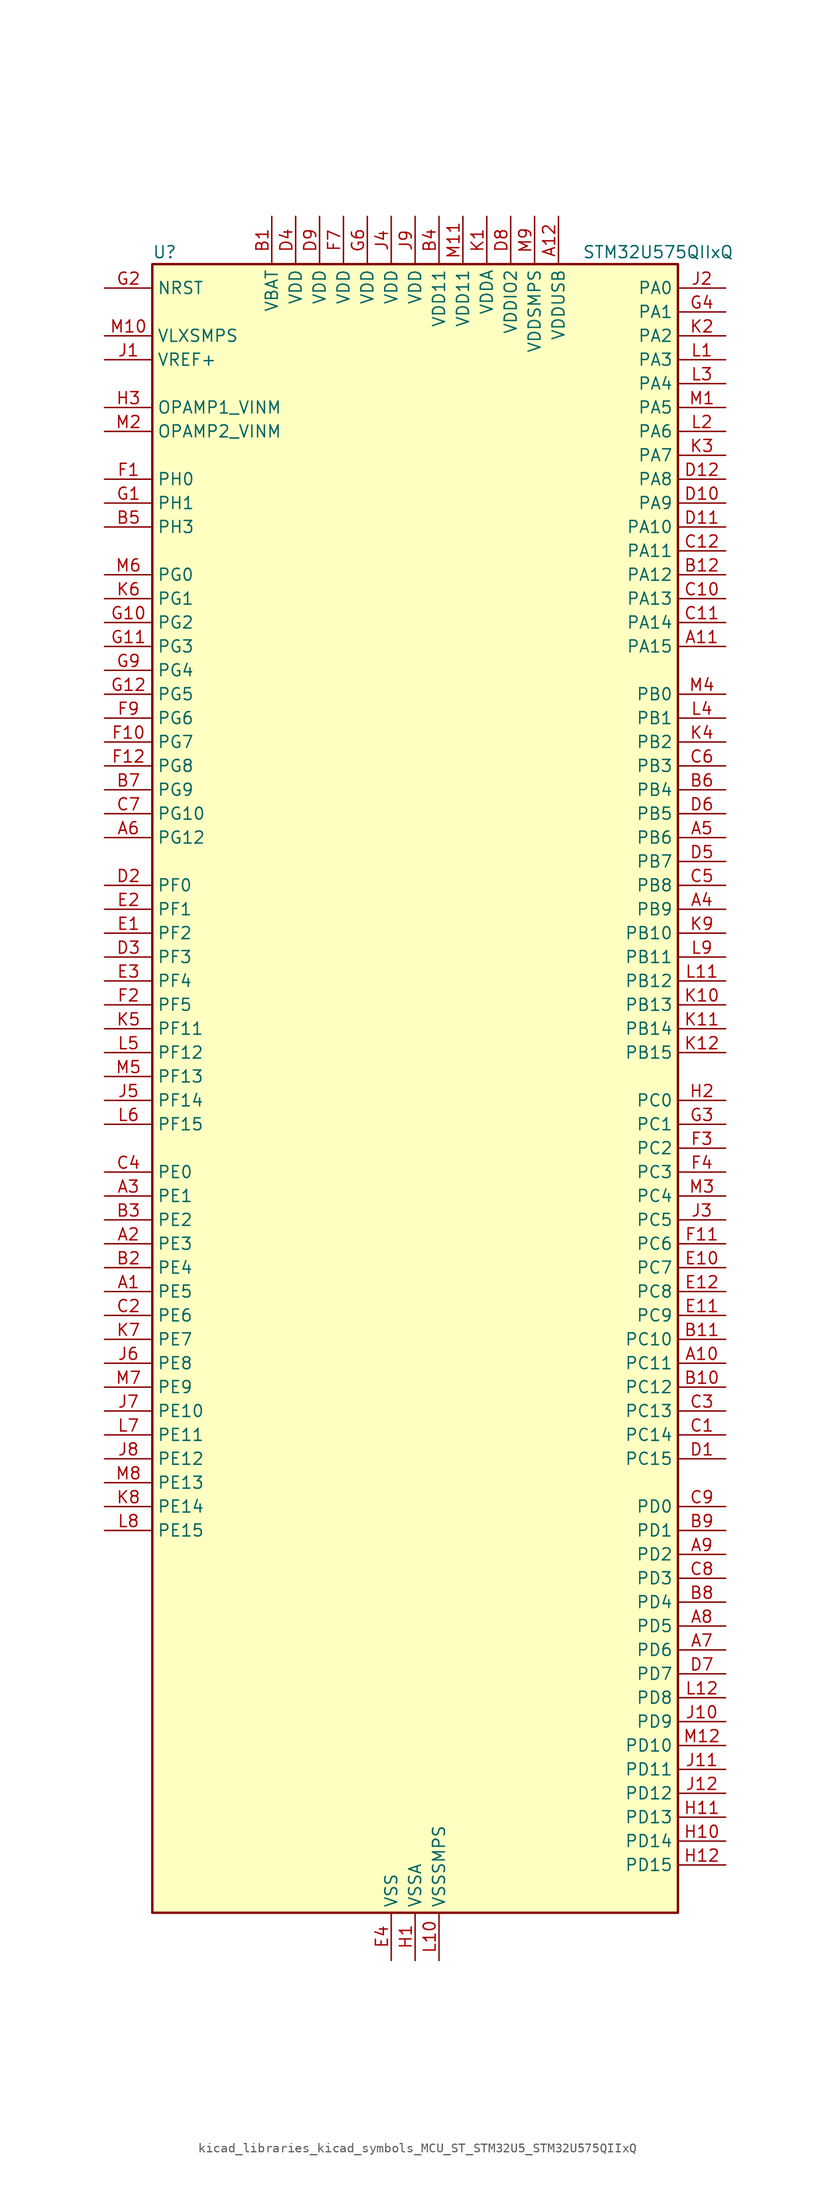
<source format=kicad_sym>
(kicad_symbol_lib
  (version 20220914)
  (generator kicad_symbol_editor)
  (symbol "kicad_libraries_kicad_symbols_MCU_ST_STM32U5_STM32U575QIIxQ"
    (property "Reference" "U"
      (at -27.94 90.17 0)
      (effects (font (size 1.27 1.27)) (justify left)))
    (property "Value" "STM32U575QIIxQ"
      (at 17.78 90.17 0)
      (effects (font (size 1.27 1.27)) (justify left)))
    (property "ki_locked" ""
      (at 0 0 0)
      (effects (font (size 1.27 1.27))))
    (symbol "kicad_libraries_kicad_symbols_MCU_ST_STM32U5_STM32U575QIIxQ_0_1"
      (rectangle (start -27.94 -86.36) (end 27.94 88.9) (stroke (width 0.254) (type default)) (fill (type background))))
    (symbol "kicad_libraries_kicad_symbols_MCU_ST_STM32U5_STM32U575QIIxQ_1_1"
      (pin bidirectional line (at -33.02 -20.32 0) (length 5.08) (name "PE5" (effects (font (size 1.27 1.27)))) (number "A1" (effects (font (size 1.27 1.27)))) (alternate "DCMI_D6" bidirectional line) (alternate "DEBUG_TRACED2" bidirectional line) (alternate "FMC_A21" bidirectional line) (alternate "MDF1_CKI3" bidirectional line) (alternate "PSSI_D6" bidirectional line) (alternate "PWR_WKUP2" bidirectional line) (alternate "SAI1_CK2" bidirectional line) (alternate "SAI1_SCK_A" bidirectional line) (alternate "TAMP_IN8" bidirectional line) (alternate "TAMP_OUT7" bidirectional line) (alternate "TIM3_CH3" bidirectional line) (alternate "TSC_G7_IO4" bidirectional line))
      (pin bidirectional line (at 33.02 -27.94 180) (length 5.08) (name "PC11" (effects (font (size 1.27 1.27)))) (number "A10" (effects (font (size 1.27 1.27)))) (alternate "ADC1_EXTI11" bidirectional line) (alternate "ADF1_SDI0" bidirectional line) (alternate "DCMI_D2" bidirectional line) (alternate "DCMI_D4" bidirectional line) (alternate "LPTIM3_IN1" bidirectional line) (alternate "OCTOSPIM_P1_NCS" bidirectional line) (alternate "PSSI_D2" bidirectional line) (alternate "PSSI_D4" bidirectional line) (alternate "SAI2_MCLK_B" bidirectional line) (alternate "SDMMC1_D3" bidirectional line) (alternate "SPI3_MISO" bidirectional line) (alternate "TSC_G3_IO3" bidirectional line) (alternate "UART4_RX" bidirectional line) (alternate "UCPD1_FRSTX2" bidirectional line) (alternate "USART3_RX" bidirectional line))
      (pin bidirectional line (at 33.02 48.26 180) (length 5.08) (name "PA15" (effects (font (size 1.27 1.27)))) (number "A11" (effects (font (size 1.27 1.27)))) (alternate "ADC1_EXTI15" bidirectional line) (alternate "ADC4_EXTI15" bidirectional line) (alternate "DEBUG_JTDI" bidirectional line) (alternate "SAI2_FS_B" bidirectional line) (alternate "SPI1_NSS" bidirectional line) (alternate "SPI3_NSS" bidirectional line) (alternate "TIM2_CH1" bidirectional line) (alternate "TIM2_ETR" bidirectional line) (alternate "UART4_DE" bidirectional line) (alternate "UART4_RTS" bidirectional line) (alternate "UCPD1_CC1" bidirectional line) (alternate "USART2_RX" bidirectional line) (alternate "USART3_DE" bidirectional line) (alternate "USART3_RTS" bidirectional line))
      (pin power_in line (at 15.24 93.98 270) (length 5.08) (name "VDDUSB" (effects (font (size 1.27 1.27)))) (number "A12" (effects (font (size 1.27 1.27)))))
      (pin bidirectional line (at -33.02 -15.24 0) (length 5.08) (name "PE3" (effects (font (size 1.27 1.27)))) (number "A2" (effects (font (size 1.27 1.27)))) (alternate "DEBUG_TRACED0" bidirectional line) (alternate "FMC_A19" bidirectional line) (alternate "OCTOSPIM_P1_DQS" bidirectional line) (alternate "SAI1_SD_B" bidirectional line) (alternate "TAMP_IN6" bidirectional line) (alternate "TAMP_OUT3" bidirectional line) (alternate "TIM3_CH1" bidirectional line) (alternate "TSC_G7_IO2" bidirectional line))
      (pin bidirectional line (at -33.02 -10.16 0) (length 5.08) (name "PE1" (effects (font (size 1.27 1.27)))) (number "A3" (effects (font (size 1.27 1.27)))) (alternate "DCMI_D3" bidirectional line) (alternate "FMC_NBL1" bidirectional line) (alternate "PSSI_D3" bidirectional line) (alternate "TIM17_CH1" bidirectional line))
      (pin bidirectional line (at 33.02 20.32 180) (length 5.08) (name "PB9" (effects (font (size 1.27 1.27)))) (number "A4" (effects (font (size 1.27 1.27)))) (alternate "DAC1_EXTI9" bidirectional line) (alternate "DCMI_D7" bidirectional line) (alternate "FDCAN1_TX" bidirectional line) (alternate "I2C1_SDA" bidirectional line) (alternate "IR_OUT" bidirectional line) (alternate "PSSI_D7" bidirectional line) (alternate "SAI1_D2" bidirectional line) (alternate "SAI1_FS_A" bidirectional line) (alternate "SDMMC1_CDIR" bidirectional line) (alternate "SDMMC1_D5" bidirectional line) (alternate "SDMMC2_D5" bidirectional line) (alternate "SPI2_NSS" bidirectional line) (alternate "TIM17_CH1" bidirectional line) (alternate "TIM4_CH4" bidirectional line))
      (pin bidirectional line (at 33.02 27.94 180) (length 5.08) (name "PB6" (effects (font (size 1.27 1.27)))) (number "A5" (effects (font (size 1.27 1.27)))) (alternate "COMP2_INP" bidirectional line) (alternate "DCMI_D5" bidirectional line) (alternate "I2C1_SCL" bidirectional line) (alternate "I2C4_SCL" bidirectional line) (alternate "LPTIM1_ETR" bidirectional line) (alternate "MDF1_SDI5" bidirectional line) (alternate "PSSI_D5" bidirectional line) (alternate "PWR_WKUP3" bidirectional line) (alternate "SAI1_FS_B" bidirectional line) (alternate "TIM16_CH1N" bidirectional line) (alternate "TIM4_CH1" bidirectional line) (alternate "TIM8_BKIN2" bidirectional line) (alternate "TSC_G2_IO3" bidirectional line) (alternate "USART1_TX" bidirectional line))
      (pin bidirectional line (at -33.02 27.94 0) (length 5.08) (name "PG12" (effects (font (size 1.27 1.27)))) (number "A6" (effects (font (size 1.27 1.27)))) (alternate "FMC_NE4" bidirectional line) (alternate "LPTIM1_ETR" bidirectional line) (alternate "OCTOSPIM_P2_NCS" bidirectional line) (alternate "SAI2_SD_A" bidirectional line) (alternate "SPI3_NSS" bidirectional line) (alternate "USART1_DE" bidirectional line) (alternate "USART1_RTS" bidirectional line))
      (pin bidirectional line (at 33.02 -58.42 180) (length 5.08) (name "PD6" (effects (font (size 1.27 1.27)))) (number "A7" (effects (font (size 1.27 1.27)))) (alternate "DCMI_D10" bidirectional line) (alternate "FMC_NWAIT" bidirectional line) (alternate "MDF1_SDI1" bidirectional line) (alternate "OCTOSPIM_P1_IO6" bidirectional line) (alternate "PSSI_D10" bidirectional line) (alternate "SAI1_D1" bidirectional line) (alternate "SAI1_SD_A" bidirectional line) (alternate "SDMMC2_CK" bidirectional line) (alternate "SPI3_MOSI" bidirectional line) (alternate "USART2_RX" bidirectional line))
      (pin bidirectional line (at 33.02 -55.88 180) (length 5.08) (name "PD5" (effects (font (size 1.27 1.27)))) (number "A8" (effects (font (size 1.27 1.27)))) (alternate "FMC_NWE" bidirectional line) (alternate "OCTOSPIM_P1_IO5" bidirectional line) (alternate "SPI2_RDY" bidirectional line) (alternate "USART2_TX" bidirectional line))
      (pin bidirectional line (at 33.02 -48.26 180) (length 5.08) (name "PD2" (effects (font (size 1.27 1.27)))) (number "A9" (effects (font (size 1.27 1.27)))) (alternate "DCMI_D11" bidirectional line) (alternate "DEBUG_TRACED2" bidirectional line) (alternate "LPTIM4_ETR" bidirectional line) (alternate "PSSI_D11" bidirectional line) (alternate "SDMMC1_CMD" bidirectional line) (alternate "TIM3_ETR" bidirectional line) (alternate "TSC_SYNC" bidirectional line) (alternate "UART5_RX" bidirectional line) (alternate "USART3_DE" bidirectional line) (alternate "USART3_RTS" bidirectional line))
      (pin power_in line (at -15.24 93.98 270) (length 5.08) (name "VBAT" (effects (font (size 1.27 1.27)))) (number "B1" (effects (font (size 1.27 1.27)))))
      (pin bidirectional line (at 33.02 -30.48 180) (length 5.08) (name "PC12" (effects (font (size 1.27 1.27)))) (number "B10" (effects (font (size 1.27 1.27)))) (alternate "DCMI_D9" bidirectional line) (alternate "DEBUG_TRACED3" bidirectional line) (alternate "PSSI_D9" bidirectional line) (alternate "SAI2_SD_B" bidirectional line) (alternate "SDMMC1_CK" bidirectional line) (alternate "SPI3_MOSI" bidirectional line) (alternate "TSC_G3_IO4" bidirectional line) (alternate "UART5_TX" bidirectional line) (alternate "USART3_CK" bidirectional line))
      (pin bidirectional line (at 33.02 -25.4 180) (length 5.08) (name "PC10" (effects (font (size 1.27 1.27)))) (number "B11" (effects (font (size 1.27 1.27)))) (alternate "ADF1_CCK1" bidirectional line) (alternate "DCMI_D8" bidirectional line) (alternate "DEBUG_TRACED1" bidirectional line) (alternate "LPTIM3_ETR" bidirectional line) (alternate "PSSI_D8" bidirectional line) (alternate "SAI2_SCK_B" bidirectional line) (alternate "SDMMC1_D2" bidirectional line) (alternate "SPI3_SCK" bidirectional line) (alternate "TSC_G3_IO2" bidirectional line) (alternate "UART4_TX" bidirectional line) (alternate "USART3_TX" bidirectional line))
      (pin bidirectional line (at 33.02 55.88 180) (length 5.08) (name "PA12" (effects (font (size 1.27 1.27)))) (number "B12" (effects (font (size 1.27 1.27)))) (alternate "FDCAN1_TX" bidirectional line) (alternate "OCTOSPIM_P2_NCS" bidirectional line) (alternate "SPI1_MOSI" bidirectional line) (alternate "TIM1_ETR" bidirectional line) (alternate "USART1_DE" bidirectional line) (alternate "USART1_RTS" bidirectional line) (alternate "USB_OTG_FS_DP" bidirectional line))
      (pin bidirectional line (at -33.02 -17.78 0) (length 5.08) (name "PE4" (effects (font (size 1.27 1.27)))) (number "B2" (effects (font (size 1.27 1.27)))) (alternate "DCMI_D4" bidirectional line) (alternate "DEBUG_TRACED1" bidirectional line) (alternate "FMC_A20" bidirectional line) (alternate "MDF1_SDI3" bidirectional line) (alternate "PSSI_D4" bidirectional line) (alternate "PWR_WKUP1" bidirectional line) (alternate "SAI1_D2" bidirectional line) (alternate "SAI1_FS_A" bidirectional line) (alternate "TAMP_IN7" bidirectional line) (alternate "TAMP_OUT8" bidirectional line) (alternate "TIM3_CH2" bidirectional line) (alternate "TSC_G7_IO3" bidirectional line))
      (pin bidirectional line (at -33.02 -12.7 0) (length 5.08) (name "PE2" (effects (font (size 1.27 1.27)))) (number "B3" (effects (font (size 1.27 1.27)))) (alternate "DEBUG_TRACECLK" bidirectional line) (alternate "FMC_A23" bidirectional line) (alternate "SAI1_CK1" bidirectional line) (alternate "SAI1_MCLK_A" bidirectional line) (alternate "TIM3_ETR" bidirectional line) (alternate "TSC_G7_IO1" bidirectional line))
      (pin power_in line (at 2.54 93.98 270) (length 5.08) (name "VDD11" (effects (font (size 1.27 1.27)))) (number "B4" (effects (font (size 1.27 1.27)))))
      (pin bidirectional line (at -33.02 60.96 0) (length 5.08) (name "PH3" (effects (font (size 1.27 1.27)))) (number "B5" (effects (font (size 1.27 1.27)))))
      (pin bidirectional line (at 33.02 33.02 180) (length 5.08) (name "PB4" (effects (font (size 1.27 1.27)))) (number "B6" (effects (font (size 1.27 1.27)))) (alternate "ADF1_SDI0" bidirectional line) (alternate "COMP2_INP" bidirectional line) (alternate "DCMI_D12" bidirectional line) (alternate "DEBUG_JTRST" bidirectional line) (alternate "I2C3_SDA" bidirectional line) (alternate "LPTIM1_CH2" bidirectional line) (alternate "PSSI_D12" bidirectional line) (alternate "SAI1_MCLK_B" bidirectional line) (alternate "SDMMC2_D3" bidirectional line) (alternate "SPI1_MISO" bidirectional line) (alternate "SPI3_MISO" bidirectional line) (alternate "TIM17_BKIN" bidirectional line) (alternate "TIM3_CH1" bidirectional line) (alternate "TSC_G2_IO1" bidirectional line) (alternate "UART5_DE" bidirectional line) (alternate "UART5_RTS" bidirectional line) (alternate "USART1_CTS" bidirectional line))
      (pin bidirectional line (at -33.02 33.02 0) (length 5.08) (name "PG9" (effects (font (size 1.27 1.27)))) (number "B7" (effects (font (size 1.27 1.27)))) (alternate "DAC1_EXTI9" bidirectional line) (alternate "FMC_NCE" bidirectional line) (alternate "FMC_NE2" bidirectional line) (alternate "OCTOSPIM_P2_IO6" bidirectional line) (alternate "SAI2_SCK_A" bidirectional line) (alternate "SPI3_SCK" bidirectional line) (alternate "TIM15_CH1N" bidirectional line) (alternate "USART1_TX" bidirectional line))
      (pin bidirectional line (at 33.02 -53.34 180) (length 5.08) (name "PD4" (effects (font (size 1.27 1.27)))) (number "B8" (effects (font (size 1.27 1.27)))) (alternate "FMC_NOE" bidirectional line) (alternate "MDF1_CKI0" bidirectional line) (alternate "OCTOSPIM_P1_IO4" bidirectional line) (alternate "SPI2_MOSI" bidirectional line) (alternate "USART2_DE" bidirectional line) (alternate "USART2_RTS" bidirectional line))
      (pin bidirectional line (at 33.02 -45.72 180) (length 5.08) (name "PD1" (effects (font (size 1.27 1.27)))) (number "B9" (effects (font (size 1.27 1.27)))) (alternate "FDCAN1_TX" bidirectional line) (alternate "FMC_D3" bidirectional line) (alternate "FMC_DA3" bidirectional line) (alternate "SPI2_SCK" bidirectional line))
      (pin bidirectional line (at 33.02 -35.56 180) (length 5.08) (name "PC14" (effects (font (size 1.27 1.27)))) (number "C1" (effects (font (size 1.27 1.27)))) (alternate "RCC_OSC32_IN" bidirectional line))
      (pin bidirectional line (at 33.02 53.34 180) (length 5.08) (name "PA13" (effects (font (size 1.27 1.27)))) (number "C10" (effects (font (size 1.27 1.27)))) (alternate "DEBUG_JTMS-SWDIO" bidirectional line) (alternate "IR_OUT" bidirectional line) (alternate "SAI1_SD_B" bidirectional line) (alternate "USB_OTG_FS_NOE" bidirectional line))
      (pin bidirectional line (at 33.02 50.8 180) (length 5.08) (name "PA14" (effects (font (size 1.27 1.27)))) (number "C11" (effects (font (size 1.27 1.27)))) (alternate "DEBUG_JTCK-SWCLK" bidirectional line) (alternate "I2C1_SMBA" bidirectional line) (alternate "I2C4_SMBA" bidirectional line) (alternate "LPTIM1_CH1" bidirectional line) (alternate "SAI1_FS_B" bidirectional line) (alternate "USB_OTG_FS_SOF" bidirectional line))
      (pin bidirectional line (at 33.02 58.42 180) (length 5.08) (name "PA11" (effects (font (size 1.27 1.27)))) (number "C12" (effects (font (size 1.27 1.27)))) (alternate "ADC1_EXTI11" bidirectional line) (alternate "FDCAN1_RX" bidirectional line) (alternate "SPI1_MISO" bidirectional line) (alternate "TIM1_BKIN2" bidirectional line) (alternate "TIM1_CH4" bidirectional line) (alternate "USART1_CTS" bidirectional line) (alternate "USB_OTG_FS_DM" bidirectional line))
      (pin bidirectional line (at -33.02 -22.86 0) (length 5.08) (name "PE6" (effects (font (size 1.27 1.27)))) (number "C2" (effects (font (size 1.27 1.27)))) (alternate "DCMI_D7" bidirectional line) (alternate "DEBUG_TRACED3" bidirectional line) (alternate "FMC_A22" bidirectional line) (alternate "PSSI_D7" bidirectional line) (alternate "PWR_WKUP3" bidirectional line) (alternate "SAI1_D1" bidirectional line) (alternate "SAI1_SD_A" bidirectional line) (alternate "TAMP_IN3" bidirectional line) (alternate "TAMP_OUT6" bidirectional line) (alternate "TIM3_CH4" bidirectional line))
      (pin bidirectional line (at 33.02 -33.02 180) (length 5.08) (name "PC13" (effects (font (size 1.27 1.27)))) (number "C3" (effects (font (size 1.27 1.27)))) (alternate "PWR_WKUP2" bidirectional line) (alternate "RTC_OUT1" bidirectional line) (alternate "RTC_TS" bidirectional line) (alternate "TAMP_IN1" bidirectional line) (alternate "TAMP_OUT2" bidirectional line))
      (pin bidirectional line (at -33.02 -7.62 0) (length 5.08) (name "PE0" (effects (font (size 1.27 1.27)))) (number "C4" (effects (font (size 1.27 1.27)))) (alternate "DCMI_D2" bidirectional line) (alternate "FMC_NBL0" bidirectional line) (alternate "PSSI_D2" bidirectional line) (alternate "TIM16_CH1" bidirectional line) (alternate "TIM4_ETR" bidirectional line))
      (pin bidirectional line (at 33.02 22.86 180) (length 5.08) (name "PB8" (effects (font (size 1.27 1.27)))) (number "C5" (effects (font (size 1.27 1.27)))) (alternate "DCMI_D6" bidirectional line) (alternate "FDCAN1_RX" bidirectional line) (alternate "I2C1_SCL" bidirectional line) (alternate "MDF1_CCK0" bidirectional line) (alternate "PSSI_D6" bidirectional line) (alternate "PWR_WKUP5" bidirectional line) (alternate "SAI1_CK1" bidirectional line) (alternate "SAI1_MCLK_A" bidirectional line) (alternate "SDMMC1_CKIN" bidirectional line) (alternate "SDMMC1_D4" bidirectional line) (alternate "SDMMC2_D4" bidirectional line) (alternate "SPI3_RDY" bidirectional line) (alternate "TIM16_CH1" bidirectional line) (alternate "TIM4_CH3" bidirectional line))
      (pin bidirectional line (at 33.02 35.56 180) (length 5.08) (name "PB3" (effects (font (size 1.27 1.27)))) (number "C6" (effects (font (size 1.27 1.27)))) (alternate "ADF1_CCK0" bidirectional line) (alternate "COMP2_INM" bidirectional line) (alternate "CRS_SYNC" bidirectional line) (alternate "DEBUG_JTDO-SWO" bidirectional line) (alternate "I2C1_SDA" bidirectional line) (alternate "LPTIM1_CH1" bidirectional line) (alternate "SAI1_SCK_B" bidirectional line) (alternate "SDMMC2_D2" bidirectional line) (alternate "SPI1_SCK" bidirectional line) (alternate "SPI3_SCK" bidirectional line) (alternate "TIM2_CH2" bidirectional line) (alternate "USART1_DE" bidirectional line) (alternate "USART1_RTS" bidirectional line))
      (pin bidirectional line (at -33.02 30.48 0) (length 5.08) (name "PG10" (effects (font (size 1.27 1.27)))) (number "C7" (effects (font (size 1.27 1.27)))) (alternate "FMC_NE3" bidirectional line) (alternate "LPTIM1_IN1" bidirectional line) (alternate "OCTOSPIM_P2_IO7" bidirectional line) (alternate "SAI2_FS_A" bidirectional line) (alternate "SPI3_MISO" bidirectional line) (alternate "TIM15_CH1" bidirectional line) (alternate "USART1_RX" bidirectional line))
      (pin bidirectional line (at 33.02 -50.8 180) (length 5.08) (name "PD3" (effects (font (size 1.27 1.27)))) (number "C8" (effects (font (size 1.27 1.27)))) (alternate "DCMI_D5" bidirectional line) (alternate "FMC_CLK" bidirectional line) (alternate "MDF1_SDI0" bidirectional line) (alternate "OCTOSPIM_P2_NCS" bidirectional line) (alternate "PSSI_D5" bidirectional line) (alternate "SPI2_MISO" bidirectional line) (alternate "SPI2_SCK" bidirectional line) (alternate "USART2_CTS" bidirectional line))
      (pin bidirectional line (at 33.02 -43.18 180) (length 5.08) (name "PD0" (effects (font (size 1.27 1.27)))) (number "C9" (effects (font (size 1.27 1.27)))) (alternate "FDCAN1_RX" bidirectional line) (alternate "FMC_D2" bidirectional line) (alternate "FMC_DA2" bidirectional line) (alternate "SPI2_NSS" bidirectional line) (alternate "TIM8_CH4N" bidirectional line))
      (pin bidirectional line (at 33.02 -38.1 180) (length 5.08) (name "PC15" (effects (font (size 1.27 1.27)))) (number "D1" (effects (font (size 1.27 1.27)))) (alternate "ADC1_EXTI15" bidirectional line) (alternate "ADC4_EXTI15" bidirectional line) (alternate "RCC_OSC32_OUT" bidirectional line))
      (pin bidirectional line (at 33.02 63.5 180) (length 5.08) (name "PA9" (effects (font (size 1.27 1.27)))) (number "D10" (effects (font (size 1.27 1.27)))) (alternate "DAC1_EXTI9" bidirectional line) (alternate "DCMI_D0" bidirectional line) (alternate "PSSI_D0" bidirectional line) (alternate "SAI1_FS_A" bidirectional line) (alternate "SPI2_SCK" bidirectional line) (alternate "TIM15_BKIN" bidirectional line) (alternate "TIM1_CH2" bidirectional line) (alternate "USART1_TX" bidirectional line) (alternate "USB_OTG_FS_VBUS" bidirectional line))
      (pin bidirectional line (at 33.02 60.96 180) (length 5.08) (name "PA10" (effects (font (size 1.27 1.27)))) (number "D11" (effects (font (size 1.27 1.27)))) (alternate "CRS_SYNC" bidirectional line) (alternate "DCMI_D1" bidirectional line) (alternate "LPTIM2_IN2" bidirectional line) (alternate "PSSI_D1" bidirectional line) (alternate "SAI1_D1" bidirectional line) (alternate "SAI1_SD_A" bidirectional line) (alternate "TIM17_BKIN" bidirectional line) (alternate "TIM1_CH3" bidirectional line) (alternate "USART1_RX" bidirectional line) (alternate "USB_OTG_FS_ID" bidirectional line))
      (pin bidirectional line (at 33.02 66.04 180) (length 5.08) (name "PA8" (effects (font (size 1.27 1.27)))) (number "D12" (effects (font (size 1.27 1.27)))) (alternate "DEBUG_TRACECLK" bidirectional line) (alternate "LPTIM2_CH1" bidirectional line) (alternate "RCC_MCO" bidirectional line) (alternate "SAI1_CK2" bidirectional line) (alternate "SAI1_SCK_A" bidirectional line) (alternate "SPI1_RDY" bidirectional line) (alternate "TIM1_CH1" bidirectional line) (alternate "USART1_CK" bidirectional line) (alternate "USB_OTG_FS_SOF" bidirectional line))
      (pin bidirectional line (at -33.02 22.86 0) (length 5.08) (name "PF0" (effects (font (size 1.27 1.27)))) (number "D2" (effects (font (size 1.27 1.27)))) (alternate "FMC_A0" bidirectional line) (alternate "I2C2_SDA" bidirectional line) (alternate "OCTOSPIM_P2_IO0" bidirectional line))
      (pin bidirectional line (at -33.02 15.24 0) (length 5.08) (name "PF3" (effects (font (size 1.27 1.27)))) (number "D3" (effects (font (size 1.27 1.27)))) (alternate "FMC_A3" bidirectional line) (alternate "LPTIM3_IN1" bidirectional line) (alternate "OCTOSPIM_P2_IO3" bidirectional line))
      (pin power_in line (at -12.7 93.98 270) (length 5.08) (name "VDD" (effects (font (size 1.27 1.27)))) (number "D4" (effects (font (size 1.27 1.27)))))
      (pin bidirectional line (at 33.02 25.4 180) (length 5.08) (name "PB7" (effects (font (size 1.27 1.27)))) (number "D5" (effects (font (size 1.27 1.27)))) (alternate "COMP2_INM" bidirectional line) (alternate "DCMI_VSYNC" bidirectional line) (alternate "FMC_NL" bidirectional line) (alternate "I2C1_SDA" bidirectional line) (alternate "I2C4_SDA" bidirectional line) (alternate "LPTIM1_IN2" bidirectional line) (alternate "MDF1_CKI5" bidirectional line) (alternate "PSSI_RDY" bidirectional line) (alternate "PWR_PVD_IN" bidirectional line) (alternate "PWR_WKUP4" bidirectional line) (alternate "TIM17_CH1N" bidirectional line) (alternate "TIM4_CH2" bidirectional line) (alternate "TIM8_BKIN" bidirectional line) (alternate "TSC_G2_IO4" bidirectional line) (alternate "UART4_CTS" bidirectional line) (alternate "USART1_RX" bidirectional line))
      (pin bidirectional line (at 33.02 30.48 180) (length 5.08) (name "PB5" (effects (font (size 1.27 1.27)))) (number "D6" (effects (font (size 1.27 1.27)))) (alternate "COMP2_OUT" bidirectional line) (alternate "DCMI_D10" bidirectional line) (alternate "I2C1_SMBA" bidirectional line) (alternate "LPTIM1_IN1" bidirectional line) (alternate "OCTOSPIM_P1_NCLK" bidirectional line) (alternate "PSSI_D10" bidirectional line) (alternate "PWR_WKUP6" bidirectional line) (alternate "SAI1_SD_B" bidirectional line) (alternate "SPI1_MOSI" bidirectional line) (alternate "SPI3_MOSI" bidirectional line) (alternate "TIM16_BKIN" bidirectional line) (alternate "TIM3_CH2" bidirectional line) (alternate "TSC_G2_IO2" bidirectional line) (alternate "UART5_CTS" bidirectional line) (alternate "UCPD1_DBCC1" bidirectional line) (alternate "USART1_CK" bidirectional line))
      (pin bidirectional line (at 33.02 -60.96 180) (length 5.08) (name "PD7" (effects (font (size 1.27 1.27)))) (number "D7" (effects (font (size 1.27 1.27)))) (alternate "FMC_NCE" bidirectional line) (alternate "FMC_NE1" bidirectional line) (alternate "LPTIM4_OUT" bidirectional line) (alternate "MDF1_CKI1" bidirectional line) (alternate "OCTOSPIM_P1_IO7" bidirectional line) (alternate "SDMMC2_CMD" bidirectional line) (alternate "USART2_CK" bidirectional line))
      (pin power_in line (at 10.16 93.98 270) (length 5.08) (name "VDDIO2" (effects (font (size 1.27 1.27)))) (number "D8" (effects (font (size 1.27 1.27)))))
      (pin power_in line (at -10.16 93.98 270) (length 5.08) (name "VDD" (effects (font (size 1.27 1.27)))) (number "D9" (effects (font (size 1.27 1.27)))))
      (pin bidirectional line (at -33.02 17.78 0) (length 5.08) (name "PF2" (effects (font (size 1.27 1.27)))) (number "E1" (effects (font (size 1.27 1.27)))) (alternate "FMC_A2" bidirectional line) (alternate "I2C2_SMBA" bidirectional line) (alternate "LPTIM3_CH2" bidirectional line) (alternate "OCTOSPIM_P2_IO2" bidirectional line) (alternate "PWR_WKUP8" bidirectional line))
      (pin bidirectional line (at 33.02 -17.78 180) (length 5.08) (name "PC7" (effects (font (size 1.27 1.27)))) (number "E10" (effects (font (size 1.27 1.27)))) (alternate "DCMI_D1" bidirectional line) (alternate "LPTIM2_CH2" bidirectional line) (alternate "MDF1_SDI3" bidirectional line) (alternate "PSSI_D1" bidirectional line) (alternate "PWR_CDSTOP" bidirectional line) (alternate "SAI2_MCLK_B" bidirectional line) (alternate "SDMMC1_D123DIR" bidirectional line) (alternate "SDMMC1_D7" bidirectional line) (alternate "SDMMC2_D7" bidirectional line) (alternate "TIM3_CH2" bidirectional line) (alternate "TIM8_CH2" bidirectional line) (alternate "TSC_G4_IO2" bidirectional line))
      (pin bidirectional line (at 33.02 -22.86 180) (length 5.08) (name "PC9" (effects (font (size 1.27 1.27)))) (number "E11" (effects (font (size 1.27 1.27)))) (alternate "DAC1_EXTI9" bidirectional line) (alternate "DCMI_D3" bidirectional line) (alternate "DEBUG_TRACED0" bidirectional line) (alternate "LPTIM3_CH2" bidirectional line) (alternate "PSSI_D3" bidirectional line) (alternate "SDMMC1_D1" bidirectional line) (alternate "TIM3_CH4" bidirectional line) (alternate "TIM8_BKIN2" bidirectional line) (alternate "TIM8_CH4" bidirectional line) (alternate "TSC_G4_IO4" bidirectional line) (alternate "USB_OTG_FS_NOE" bidirectional line))
      (pin bidirectional line (at 33.02 -20.32 180) (length 5.08) (name "PC8" (effects (font (size 1.27 1.27)))) (number "E12" (effects (font (size 1.27 1.27)))) (alternate "DCMI_D2" bidirectional line) (alternate "LPTIM3_CH1" bidirectional line) (alternate "PSSI_D2" bidirectional line) (alternate "PWR_SRDSTOP" bidirectional line) (alternate "SDMMC1_D0" bidirectional line) (alternate "TIM3_CH3" bidirectional line) (alternate "TIM8_CH3" bidirectional line) (alternate "TSC_G4_IO3" bidirectional line))
      (pin bidirectional line (at -33.02 20.32 0) (length 5.08) (name "PF1" (effects (font (size 1.27 1.27)))) (number "E2" (effects (font (size 1.27 1.27)))) (alternate "FMC_A1" bidirectional line) (alternate "I2C2_SCL" bidirectional line) (alternate "OCTOSPIM_P2_IO1" bidirectional line))
      (pin bidirectional line (at -33.02 12.7 0) (length 5.08) (name "PF4" (effects (font (size 1.27 1.27)))) (number "E3" (effects (font (size 1.27 1.27)))) (alternate "FMC_A4" bidirectional line) (alternate "LPTIM3_ETR" bidirectional line) (alternate "OCTOSPIM_P2_CLK" bidirectional line))
      (pin power_in line (at -2.54 -91.44 90) (length 5.08) (name "VSS" (effects (font (size 1.27 1.27)))) (number "E4" (effects (font (size 1.27 1.27)))))
      (pin passive line (at -2.54 -91.44 90) (length 5.08) hide (name "VSS" (effects (font (size 1.27 1.27)))) (number "E9" (effects (font (size 1.27 1.27)))))
      (pin bidirectional line (at -33.02 66.04 0) (length 5.08) (name "PH0" (effects (font (size 1.27 1.27)))) (number "F1" (effects (font (size 1.27 1.27)))) (alternate "RCC_OSC_IN" bidirectional line))
      (pin bidirectional line (at -33.02 38.1 0) (length 5.08) (name "PG7" (effects (font (size 1.27 1.27)))) (number "F10" (effects (font (size 1.27 1.27)))) (alternate "FMC_INT" bidirectional line) (alternate "I2C3_SCL" bidirectional line) (alternate "LPUART1_TX" bidirectional line) (alternate "MDF1_CCK0" bidirectional line) (alternate "OCTOSPIM_P2_DQS" bidirectional line) (alternate "SAI1_CK1" bidirectional line) (alternate "SAI1_MCLK_A" bidirectional line) (alternate "UCPD1_FRSTX2" bidirectional line))
      (pin bidirectional line (at 33.02 -15.24 180) (length 5.08) (name "PC6" (effects (font (size 1.27 1.27)))) (number "F11" (effects (font (size 1.27 1.27)))) (alternate "DCMI_D0" bidirectional line) (alternate "MDF1_CKI3" bidirectional line) (alternate "PSSI_D0" bidirectional line) (alternate "PWR_CSLEEP" bidirectional line) (alternate "SAI2_MCLK_A" bidirectional line) (alternate "SDMMC1_D0DIR" bidirectional line) (alternate "SDMMC1_D6" bidirectional line) (alternate "SDMMC2_D6" bidirectional line) (alternate "TIM3_CH1" bidirectional line) (alternate "TIM8_CH1" bidirectional line) (alternate "TSC_G4_IO1" bidirectional line))
      (pin bidirectional line (at -33.02 35.56 0) (length 5.08) (name "PG8" (effects (font (size 1.27 1.27)))) (number "F12" (effects (font (size 1.27 1.27)))) (alternate "I2C3_SDA" bidirectional line) (alternate "LPUART1_RX" bidirectional line))
      (pin bidirectional line (at -33.02 10.16 0) (length 5.08) (name "PF5" (effects (font (size 1.27 1.27)))) (number "F2" (effects (font (size 1.27 1.27)))) (alternate "FMC_A5" bidirectional line) (alternate "LPTIM3_CH1" bidirectional line) (alternate "OCTOSPIM_P2_NCLK" bidirectional line))
      (pin bidirectional line (at 33.02 -5.08 180) (length 5.08) (name "PC2" (effects (font (size 1.27 1.27)))) (number "F3" (effects (font (size 1.27 1.27)))) (alternate "ADC1_IN3" bidirectional line) (alternate "ADC4_IN3" bidirectional line) (alternate "LPTIM1_IN2" bidirectional line) (alternate "MDF1_CCK1" bidirectional line) (alternate "OCTOSPIM_P1_IO5" bidirectional line) (alternate "SPI2_MISO" bidirectional line))
      (pin bidirectional line (at 33.02 -7.62 180) (length 5.08) (name "PC3" (effects (font (size 1.27 1.27)))) (number "F4" (effects (font (size 1.27 1.27)))) (alternate "ADC1_IN4" bidirectional line) (alternate "ADC4_IN4" bidirectional line) (alternate "LPTIM1_ETR" bidirectional line) (alternate "LPTIM2_ETR" bidirectional line) (alternate "LPTIM3_CH1" bidirectional line) (alternate "OCTOSPIM_P1_IO6" bidirectional line) (alternate "SAI1_D1" bidirectional line) (alternate "SAI1_SD_A" bidirectional line) (alternate "SPI2_MOSI" bidirectional line))
      (pin passive line (at -2.54 -91.44 90) (length 5.08) hide (name "VSS" (effects (font (size 1.27 1.27)))) (number "F6" (effects (font (size 1.27 1.27)))))
      (pin power_in line (at -7.62 93.98 270) (length 5.08) (name "VDD" (effects (font (size 1.27 1.27)))) (number "F7" (effects (font (size 1.27 1.27)))))
      (pin bidirectional line (at -33.02 40.64 0) (length 5.08) (name "PG6" (effects (font (size 1.27 1.27)))) (number "F9" (effects (font (size 1.27 1.27)))) (alternate "I2C3_SMBA" bidirectional line) (alternate "LPUART1_DE" bidirectional line) (alternate "LPUART1_RTS" bidirectional line) (alternate "OCTOSPIM_P1_DQS" bidirectional line) (alternate "SPI1_RDY" bidirectional line) (alternate "UCPD1_FRSTX1" bidirectional line))
      (pin bidirectional line (at -33.02 63.5 0) (length 5.08) (name "PH1" (effects (font (size 1.27 1.27)))) (number "G1" (effects (font (size 1.27 1.27)))) (alternate "RCC_OSC_OUT" bidirectional line))
      (pin bidirectional line (at -33.02 50.8 0) (length 5.08) (name "PG2" (effects (font (size 1.27 1.27)))) (number "G10" (effects (font (size 1.27 1.27)))) (alternate "FMC_A12" bidirectional line) (alternate "SAI2_SCK_B" bidirectional line) (alternate "SPI1_SCK" bidirectional line))
      (pin bidirectional line (at -33.02 48.26 0) (length 5.08) (name "PG3" (effects (font (size 1.27 1.27)))) (number "G11" (effects (font (size 1.27 1.27)))) (alternate "FMC_A13" bidirectional line) (alternate "SAI2_FS_B" bidirectional line) (alternate "SPI1_MISO" bidirectional line))
      (pin bidirectional line (at -33.02 43.18 0) (length 5.08) (name "PG5" (effects (font (size 1.27 1.27)))) (number "G12" (effects (font (size 1.27 1.27)))) (alternate "FMC_A15" bidirectional line) (alternate "LPUART1_CTS" bidirectional line) (alternate "SAI2_SD_B" bidirectional line) (alternate "SPI1_NSS" bidirectional line))
      (pin input line (at -33.02 86.36 0) (length 5.08) (name "NRST" (effects (font (size 1.27 1.27)))) (number "G2" (effects (font (size 1.27 1.27)))))
      (pin bidirectional line (at 33.02 -2.54 180) (length 5.08) (name "PC1" (effects (font (size 1.27 1.27)))) (number "G3" (effects (font (size 1.27 1.27)))) (alternate "ADC1_IN2" bidirectional line) (alternate "ADC4_IN2" bidirectional line) (alternate "DEBUG_TRACED0" bidirectional line) (alternate "I2C3_SDA" bidirectional line) (alternate "LPTIM1_CH1" bidirectional line) (alternate "LPUART1_TX" bidirectional line) (alternate "MDF1_CKI4" bidirectional line) (alternate "OCTOSPIM_P1_IO4" bidirectional line) (alternate "SAI1_SD_A" bidirectional line) (alternate "SDMMC2_CK" bidirectional line) (alternate "SPI2_MOSI" bidirectional line))
      (pin bidirectional line (at 33.02 83.82 180) (length 5.08) (name "PA1" (effects (font (size 1.27 1.27)))) (number "G4" (effects (font (size 1.27 1.27)))) (alternate "ADC1_IN6" bidirectional line) (alternate "I2C1_SMBA" bidirectional line) (alternate "LPTIM1_CH2" bidirectional line) (alternate "OCTOSPIM_P1_DQS" bidirectional line) (alternate "OPAMP1_VINM" bidirectional line) (alternate "PWR_WKUP3" bidirectional line) (alternate "SPI1_SCK" bidirectional line) (alternate "TAMP_IN5" bidirectional line) (alternate "TAMP_OUT4" bidirectional line) (alternate "TIM15_CH1N" bidirectional line) (alternate "TIM2_CH2" bidirectional line) (alternate "TIM5_CH2" bidirectional line) (alternate "UART4_RX" bidirectional line) (alternate "USART2_DE" bidirectional line) (alternate "USART2_RTS" bidirectional line))
      (pin power_in line (at -5.08 93.98 270) (length 5.08) (name "VDD" (effects (font (size 1.27 1.27)))) (number "G6" (effects (font (size 1.27 1.27)))))
      (pin passive line (at -2.54 -91.44 90) (length 5.08) hide (name "VSS" (effects (font (size 1.27 1.27)))) (number "G7" (effects (font (size 1.27 1.27)))))
      (pin bidirectional line (at -33.02 45.72 0) (length 5.08) (name "PG4" (effects (font (size 1.27 1.27)))) (number "G9" (effects (font (size 1.27 1.27)))) (alternate "FMC_A14" bidirectional line) (alternate "SAI2_MCLK_B" bidirectional line) (alternate "SPI1_MOSI" bidirectional line))
      (pin power_in line (at 0 -91.44 90) (length 5.08) (name "VSSA" (effects (font (size 1.27 1.27)))) (number "H1" (effects (font (size 1.27 1.27)))))
      (pin bidirectional line (at 33.02 -78.74 180) (length 5.08) (name "PD14" (effects (font (size 1.27 1.27)))) (number "H10" (effects (font (size 1.27 1.27)))) (alternate "FMC_D0" bidirectional line) (alternate "FMC_DA0" bidirectional line) (alternate "LPTIM3_CH1" bidirectional line) (alternate "TIM4_CH3" bidirectional line))
      (pin bidirectional line (at 33.02 -76.2 180) (length 5.08) (name "PD13" (effects (font (size 1.27 1.27)))) (number "H11" (effects (font (size 1.27 1.27)))) (alternate "ADC4_IN17" bidirectional line) (alternate "FMC_A18" bidirectional line) (alternate "I2C4_SDA" bidirectional line) (alternate "LPTIM2_CH1" bidirectional line) (alternate "LPTIM4_IN1" bidirectional line) (alternate "TIM4_CH2" bidirectional line) (alternate "TSC_G6_IO4" bidirectional line))
      (pin bidirectional line (at 33.02 -81.28 180) (length 5.08) (name "PD15" (effects (font (size 1.27 1.27)))) (number "H12" (effects (font (size 1.27 1.27)))) (alternate "ADC1_EXTI15" bidirectional line) (alternate "ADC4_EXTI15" bidirectional line) (alternate "FMC_D1" bidirectional line) (alternate "FMC_DA1" bidirectional line) (alternate "LPTIM3_CH2" bidirectional line) (alternate "TIM4_CH4" bidirectional line))
      (pin bidirectional line (at 33.02 0 180) (length 5.08) (name "PC0" (effects (font (size 1.27 1.27)))) (number "H2" (effects (font (size 1.27 1.27)))) (alternate "ADC1_IN1" bidirectional line) (alternate "ADC4_IN1" bidirectional line) (alternate "I2C3_SCL" bidirectional line) (alternate "LPTIM1_IN1" bidirectional line) (alternate "LPTIM2_IN1" bidirectional line) (alternate "LPUART1_RX" bidirectional line) (alternate "MDF1_SDI4" bidirectional line) (alternate "OCTOSPIM_P1_IO7" bidirectional line) (alternate "SAI2_FS_A" bidirectional line) (alternate "SDMMC1_D5" bidirectional line) (alternate "SPI2_RDY" bidirectional line))
      (pin bidirectional line (at -33.02 73.66 0) (length 5.08) (name "OPAMP1_VINM" (effects (font (size 1.27 1.27)))) (number "H3" (effects (font (size 1.27 1.27)))) (alternate "OPAMP1_VINM" bidirectional line))
      (pin passive line (at -2.54 -91.44 90) (length 5.08) hide (name "VSS" (effects (font (size 1.27 1.27)))) (number "H4" (effects (font (size 1.27 1.27)))))
      (pin passive line (at -2.54 -91.44 90) (length 5.08) hide (name "VSS" (effects (font (size 1.27 1.27)))) (number "H9" (effects (font (size 1.27 1.27)))))
      (pin input line (at -33.02 78.74 0) (length 5.08) (name "VREF+" (effects (font (size 1.27 1.27)))) (number "J1" (effects (font (size 1.27 1.27)))) (alternate "VREFBUF_OUT" bidirectional line))
      (pin bidirectional line (at 33.02 -66.04 180) (length 5.08) (name "PD9" (effects (font (size 1.27 1.27)))) (number "J10" (effects (font (size 1.27 1.27)))) (alternate "DAC1_EXTI9" bidirectional line) (alternate "DCMI_PIXCLK" bidirectional line) (alternate "FMC_D14" bidirectional line) (alternate "FMC_DA14" bidirectional line) (alternate "LPTIM2_IN2" bidirectional line) (alternate "LPTIM3_IN1" bidirectional line) (alternate "PSSI_PDCK" bidirectional line) (alternate "SAI2_MCLK_A" bidirectional line) (alternate "USART3_RX" bidirectional line))
      (pin bidirectional line (at 33.02 -71.12 180) (length 5.08) (name "PD11" (effects (font (size 1.27 1.27)))) (number "J11" (effects (font (size 1.27 1.27)))) (alternate "ADC1_EXTI11" bidirectional line) (alternate "ADC4_IN15" bidirectional line) (alternate "FMC_A16" bidirectional line) (alternate "FMC_CLE" bidirectional line) (alternate "I2C4_SMBA" bidirectional line) (alternate "LPTIM2_ETR" bidirectional line) (alternate "SAI2_SD_A" bidirectional line) (alternate "TSC_G6_IO2" bidirectional line) (alternate "USART3_CTS" bidirectional line))
      (pin bidirectional line (at 33.02 -73.66 180) (length 5.08) (name "PD12" (effects (font (size 1.27 1.27)))) (number "J12" (effects (font (size 1.27 1.27)))) (alternate "ADC4_IN16" bidirectional line) (alternate "FMC_A17" bidirectional line) (alternate "FMC_ALE" bidirectional line) (alternate "I2C4_SCL" bidirectional line) (alternate "LPTIM2_IN1" bidirectional line) (alternate "SAI2_FS_A" bidirectional line) (alternate "TIM4_CH1" bidirectional line) (alternate "TSC_G6_IO3" bidirectional line) (alternate "USART3_DE" bidirectional line) (alternate "USART3_RTS" bidirectional line))
      (pin bidirectional line (at 33.02 86.36 180) (length 5.08) (name "PA0" (effects (font (size 1.27 1.27)))) (number "J2" (effects (font (size 1.27 1.27)))) (alternate "ADC1_IN5" bidirectional line) (alternate "AUDIOCLK" bidirectional line) (alternate "OCTOSPIM_P2_NCS" bidirectional line) (alternate "OPAMP1_VINP" bidirectional line) (alternate "PWR_WKUP1" bidirectional line) (alternate "SDMMC2_CMD" bidirectional line) (alternate "SPI3_RDY" bidirectional line) (alternate "TAMP_IN2" bidirectional line) (alternate "TAMP_OUT1" bidirectional line) (alternate "TIM2_CH1" bidirectional line) (alternate "TIM2_ETR" bidirectional line) (alternate "TIM5_CH1" bidirectional line) (alternate "TIM8_ETR" bidirectional line) (alternate "UART4_TX" bidirectional line) (alternate "USART2_CTS" bidirectional line))
      (pin bidirectional line (at 33.02 -12.7 180) (length 5.08) (name "PC5" (effects (font (size 1.27 1.27)))) (number "J3" (effects (font (size 1.27 1.27)))) (alternate "ADC1_IN14" bidirectional line) (alternate "ADC4_IN23" bidirectional line) (alternate "COMP1_INP" bidirectional line) (alternate "PSSI_D15" bidirectional line) (alternate "PWR_WKUP5" bidirectional line) (alternate "SAI1_D3" bidirectional line) (alternate "TAMP_IN4" bidirectional line) (alternate "TAMP_OUT5" bidirectional line) (alternate "TIM1_CH4N" bidirectional line) (alternate "USART3_RX" bidirectional line))
      (pin power_in line (at -2.54 93.98 270) (length 5.08) (name "VDD" (effects (font (size 1.27 1.27)))) (number "J4" (effects (font (size 1.27 1.27)))))
      (pin bidirectional line (at -33.02 0 0) (length 5.08) (name "PF14" (effects (font (size 1.27 1.27)))) (number "J5" (effects (font (size 1.27 1.27)))) (alternate "ADC4_IN5" bidirectional line) (alternate "FMC_A8" bidirectional line) (alternate "I2C4_SCL" bidirectional line) (alternate "TSC_G8_IO1" bidirectional line))
      (pin bidirectional line (at -33.02 -27.94 0) (length 5.08) (name "PE8" (effects (font (size 1.27 1.27)))) (number "J6" (effects (font (size 1.27 1.27)))) (alternate "FMC_D5" bidirectional line) (alternate "FMC_DA5" bidirectional line) (alternate "MDF1_CKI2" bidirectional line) (alternate "PWR_WKUP7" bidirectional line) (alternate "SAI1_SCK_B" bidirectional line) (alternate "TIM1_CH1N" bidirectional line))
      (pin bidirectional line (at -33.02 -33.02 0) (length 5.08) (name "PE10" (effects (font (size 1.27 1.27)))) (number "J7" (effects (font (size 1.27 1.27)))) (alternate "ADF1_SDI0" bidirectional line) (alternate "FMC_D7" bidirectional line) (alternate "FMC_DA7" bidirectional line) (alternate "MDF1_SDI4" bidirectional line) (alternate "OCTOSPIM_P1_CLK" bidirectional line) (alternate "SAI1_MCLK_B" bidirectional line) (alternate "TIM1_CH2N" bidirectional line) (alternate "TSC_G5_IO1" bidirectional line))
      (pin bidirectional line (at -33.02 -38.1 0) (length 5.08) (name "PE12" (effects (font (size 1.27 1.27)))) (number "J8" (effects (font (size 1.27 1.27)))) (alternate "FMC_D9" bidirectional line) (alternate "FMC_DA9" bidirectional line) (alternate "MDF1_SDI5" bidirectional line) (alternate "OCTOSPIM_P1_IO0" bidirectional line) (alternate "SPI1_NSS" bidirectional line) (alternate "TIM1_CH3N" bidirectional line) (alternate "TSC_G5_IO3" bidirectional line))
      (pin power_in line (at 0 93.98 270) (length 5.08) (name "VDD" (effects (font (size 1.27 1.27)))) (number "J9" (effects (font (size 1.27 1.27)))))
      (pin power_in line (at 7.62 93.98 270) (length 5.08) (name "VDDA" (effects (font (size 1.27 1.27)))) (number "K1" (effects (font (size 1.27 1.27)))))
      (pin bidirectional line (at 33.02 10.16 180) (length 5.08) (name "PB13" (effects (font (size 1.27 1.27)))) (number "K10" (effects (font (size 1.27 1.27)))) (alternate "I2C2_SCL" bidirectional line) (alternate "LPTIM3_IN1" bidirectional line) (alternate "LPUART1_CTS" bidirectional line) (alternate "MDF1_CKI1" bidirectional line) (alternate "SAI2_SCK_A" bidirectional line) (alternate "SPI2_SCK" bidirectional line) (alternate "TIM15_CH1N" bidirectional line) (alternate "TIM1_CH1N" bidirectional line) (alternate "TSC_G1_IO2" bidirectional line) (alternate "USART3_CTS" bidirectional line))
      (pin bidirectional line (at 33.02 7.62 180) (length 5.08) (name "PB14" (effects (font (size 1.27 1.27)))) (number "K11" (effects (font (size 1.27 1.27)))) (alternate "I2C2_SDA" bidirectional line) (alternate "LPTIM3_ETR" bidirectional line) (alternate "MDF1_SDI2" bidirectional line) (alternate "SAI2_MCLK_A" bidirectional line) (alternate "SDMMC2_D0" bidirectional line) (alternate "SPI2_MISO" bidirectional line) (alternate "TIM15_CH1" bidirectional line) (alternate "TIM1_CH2N" bidirectional line) (alternate "TIM8_CH2N" bidirectional line) (alternate "TSC_G1_IO3" bidirectional line) (alternate "UCPD1_DBCC2" bidirectional line) (alternate "USART3_DE" bidirectional line) (alternate "USART3_RTS" bidirectional line))
      (pin bidirectional line (at 33.02 5.08 180) (length 5.08) (name "PB15" (effects (font (size 1.27 1.27)))) (number "K12" (effects (font (size 1.27 1.27)))) (alternate "ADC1_EXTI15" bidirectional line) (alternate "ADC4_EXTI15" bidirectional line) (alternate "FMC_NBL1" bidirectional line) (alternate "LPTIM2_IN2" bidirectional line) (alternate "MDF1_CKI2" bidirectional line) (alternate "PWR_WKUP7" bidirectional line) (alternate "RTC_REFIN" bidirectional line) (alternate "SAI2_SD_A" bidirectional line) (alternate "SDMMC2_D1" bidirectional line) (alternate "SPI2_MOSI" bidirectional line) (alternate "TIM15_CH2" bidirectional line) (alternate "TIM1_CH3N" bidirectional line) (alternate "TIM8_CH3N" bidirectional line) (alternate "UCPD1_CC2" bidirectional line))
      (pin bidirectional line (at 33.02 81.28 180) (length 5.08) (name "PA2" (effects (font (size 1.27 1.27)))) (number "K2" (effects (font (size 1.27 1.27)))) (alternate "ADC1_IN7" bidirectional line) (alternate "COMP1_INP" bidirectional line) (alternate "LPUART1_TX" bidirectional line) (alternate "OCTOSPIM_P1_NCS" bidirectional line) (alternate "PWR_WKUP4" bidirectional line) (alternate "RCC_LSCO" bidirectional line) (alternate "SPI1_RDY" bidirectional line) (alternate "TIM15_CH1" bidirectional line) (alternate "TIM2_CH3" bidirectional line) (alternate "TIM5_CH3" bidirectional line) (alternate "UCPD1_FRSTX1" bidirectional line) (alternate "USART2_TX" bidirectional line))
      (pin bidirectional line (at 33.02 68.58 180) (length 5.08) (name "PA7" (effects (font (size 1.27 1.27)))) (number "K3" (effects (font (size 1.27 1.27)))) (alternate "ADC1_IN12" bidirectional line) (alternate "ADC4_IN20" bidirectional line) (alternate "I2C3_SCL" bidirectional line) (alternate "LPTIM2_CH2" bidirectional line) (alternate "OCTOSPIM_P1_IO2" bidirectional line) (alternate "OPAMP2_VINM" bidirectional line) (alternate "PWR_SRDSTOP" bidirectional line) (alternate "PWR_WKUP8" bidirectional line) (alternate "SPI1_MOSI" bidirectional line) (alternate "TIM17_CH1" bidirectional line) (alternate "TIM1_CH1N" bidirectional line) (alternate "TIM3_CH2" bidirectional line) (alternate "TIM8_CH1N" bidirectional line) (alternate "USART3_TX" bidirectional line))
      (pin bidirectional line (at 33.02 38.1 180) (length 5.08) (name "PB2" (effects (font (size 1.27 1.27)))) (number "K4" (effects (font (size 1.27 1.27)))) (alternate "ADC1_IN17" bidirectional line) (alternate "COMP1_INP" bidirectional line) (alternate "I2C3_SMBA" bidirectional line) (alternate "LPTIM1_CH1" bidirectional line) (alternate "MDF1_CKI0" bidirectional line) (alternate "OCTOSPIM_P1_DQS" bidirectional line) (alternate "PWR_WKUP1" bidirectional line) (alternate "RTC_OUT2" bidirectional line) (alternate "SPI1_RDY" bidirectional line) (alternate "TIM8_CH4N" bidirectional line) (alternate "UCPD1_FRSTX1" bidirectional line))
      (pin bidirectional line (at -33.02 7.62 0) (length 5.08) (name "PF11" (effects (font (size 1.27 1.27)))) (number "K5" (effects (font (size 1.27 1.27)))) (alternate "ADC1_EXTI11" bidirectional line) (alternate "DCMI_D12" bidirectional line) (alternate "LPTIM4_IN1" bidirectional line) (alternate "OCTOSPIM_P1_NCLK" bidirectional line) (alternate "PSSI_D12" bidirectional line))
      (pin bidirectional line (at -33.02 53.34 0) (length 5.08) (name "PG1" (effects (font (size 1.27 1.27)))) (number "K6" (effects (font (size 1.27 1.27)))) (alternate "ADC4_IN8" bidirectional line) (alternate "FMC_A11" bidirectional line) (alternate "OCTOSPIM_P2_IO5" bidirectional line) (alternate "TSC_G8_IO4" bidirectional line))
      (pin bidirectional line (at -33.02 -25.4 0) (length 5.08) (name "PE7" (effects (font (size 1.27 1.27)))) (number "K7" (effects (font (size 1.27 1.27)))) (alternate "FMC_D4" bidirectional line) (alternate "FMC_DA4" bidirectional line) (alternate "MDF1_SDI2" bidirectional line) (alternate "PWR_WKUP6" bidirectional line) (alternate "SAI1_SD_B" bidirectional line) (alternate "TIM1_ETR" bidirectional line))
      (pin bidirectional line (at -33.02 -43.18 0) (length 5.08) (name "PE14" (effects (font (size 1.27 1.27)))) (number "K8" (effects (font (size 1.27 1.27)))) (alternate "FMC_D11" bidirectional line) (alternate "FMC_DA11" bidirectional line) (alternate "OCTOSPIM_P1_IO2" bidirectional line) (alternate "SPI1_MISO" bidirectional line) (alternate "TIM1_BKIN2" bidirectional line) (alternate "TIM1_CH4" bidirectional line))
      (pin bidirectional line (at 33.02 17.78 180) (length 5.08) (name "PB10" (effects (font (size 1.27 1.27)))) (number "K9" (effects (font (size 1.27 1.27)))) (alternate "COMP1_OUT" bidirectional line) (alternate "I2C2_SCL" bidirectional line) (alternate "I2C4_SCL" bidirectional line) (alternate "LPTIM3_CH1" bidirectional line) (alternate "LPUART1_RX" bidirectional line) (alternate "OCTOSPIM_P1_CLK" bidirectional line) (alternate "PWR_WKUP8" bidirectional line) (alternate "SAI1_SCK_A" bidirectional line) (alternate "SPI2_SCK" bidirectional line) (alternate "TIM2_CH3" bidirectional line) (alternate "TSC_SYNC" bidirectional line) (alternate "USART3_TX" bidirectional line))
      (pin bidirectional line (at 33.02 78.74 180) (length 5.08) (name "PA3" (effects (font (size 1.27 1.27)))) (number "L1" (effects (font (size 1.27 1.27)))) (alternate "ADC1_IN8" bidirectional line) (alternate "LPUART1_RX" bidirectional line) (alternate "OCTOSPIM_P1_CLK" bidirectional line) (alternate "OPAMP1_VOUT" bidirectional line) (alternate "PWR_WKUP5" bidirectional line) (alternate "SAI1_CK1" bidirectional line) (alternate "SAI1_MCLK_A" bidirectional line) (alternate "TIM15_CH2" bidirectional line) (alternate "TIM2_CH4" bidirectional line) (alternate "TIM5_CH4" bidirectional line) (alternate "USART2_RX" bidirectional line))
      (pin power_in line (at 2.54 -91.44 90) (length 5.08) (name "VSSSMPS" (effects (font (size 1.27 1.27)))) (number "L10" (effects (font (size 1.27 1.27)))))
      (pin bidirectional line (at 33.02 12.7 180) (length 5.08) (name "PB12" (effects (font (size 1.27 1.27)))) (number "L11" (effects (font (size 1.27 1.27)))) (alternate "I2C2_SMBA" bidirectional line) (alternate "LPUART1_DE" bidirectional line) (alternate "LPUART1_RTS" bidirectional line) (alternate "MDF1_SDI1" bidirectional line) (alternate "OCTOSPIM_P1_NCLK" bidirectional line) (alternate "SAI2_FS_A" bidirectional line) (alternate "SPI2_NSS" bidirectional line) (alternate "TIM15_BKIN" bidirectional line) (alternate "TIM1_BKIN" bidirectional line) (alternate "TSC_G1_IO1" bidirectional line) (alternate "USART3_CK" bidirectional line))
      (pin bidirectional line (at 33.02 -63.5 180) (length 5.08) (name "PD8" (effects (font (size 1.27 1.27)))) (number "L12" (effects (font (size 1.27 1.27)))) (alternate "DCMI_HSYNC" bidirectional line) (alternate "FMC_D13" bidirectional line) (alternate "FMC_DA13" bidirectional line) (alternate "PSSI_DE" bidirectional line) (alternate "USART3_TX" bidirectional line))
      (pin bidirectional line (at 33.02 71.12 180) (length 5.08) (name "PA6" (effects (font (size 1.27 1.27)))) (number "L2" (effects (font (size 1.27 1.27)))) (alternate "ADC1_IN11" bidirectional line) (alternate "ADC4_IN11" bidirectional line) (alternate "DCMI_PIXCLK" bidirectional line) (alternate "LPUART1_CTS" bidirectional line) (alternate "OCTOSPIM_P1_IO3" bidirectional line) (alternate "OPAMP2_VINP" bidirectional line) (alternate "PSSI_PDCK" bidirectional line) (alternate "PWR_CDSTOP" bidirectional line) (alternate "PWR_WKUP7" bidirectional line) (alternate "SPI1_MISO" bidirectional line) (alternate "TIM16_CH1" bidirectional line) (alternate "TIM1_BKIN" bidirectional line) (alternate "TIM3_CH1" bidirectional line) (alternate "TIM8_BKIN" bidirectional line) (alternate "USART3_CTS" bidirectional line))
      (pin bidirectional line (at 33.02 76.2 180) (length 5.08) (name "PA4" (effects (font (size 1.27 1.27)))) (number "L3" (effects (font (size 1.27 1.27)))) (alternate "ADC1_IN9" bidirectional line) (alternate "ADC4_IN9" bidirectional line) (alternate "DAC1_OUT1" bidirectional line) (alternate "DCMI_HSYNC" bidirectional line) (alternate "LPTIM2_CH1" bidirectional line) (alternate "OCTOSPIM_P1_NCS" bidirectional line) (alternate "PSSI_DE" bidirectional line) (alternate "PWR_WKUP2" bidirectional line) (alternate "SAI1_FS_B" bidirectional line) (alternate "SPI1_NSS" bidirectional line) (alternate "SPI3_NSS" bidirectional line) (alternate "USART2_CK" bidirectional line))
      (pin bidirectional line (at 33.02 40.64 180) (length 5.08) (name "PB1" (effects (font (size 1.27 1.27)))) (number "L4" (effects (font (size 1.27 1.27)))) (alternate "ADC1_IN16" bidirectional line) (alternate "ADC4_IN19" bidirectional line) (alternate "COMP1_INM" bidirectional line) (alternate "LPTIM2_IN1" bidirectional line) (alternate "LPTIM3_CH2" bidirectional line) (alternate "LPUART1_DE" bidirectional line) (alternate "LPUART1_RTS" bidirectional line) (alternate "MDF1_SDI0" bidirectional line) (alternate "OCTOSPIM_P1_IO0" bidirectional line) (alternate "PWR_WKUP4" bidirectional line) (alternate "TIM1_CH3N" bidirectional line) (alternate "TIM3_CH4" bidirectional line) (alternate "TIM8_CH3N" bidirectional line) (alternate "USART3_DE" bidirectional line) (alternate "USART3_RTS" bidirectional line))
      (pin bidirectional line (at -33.02 5.08 0) (length 5.08) (name "PF12" (effects (font (size 1.27 1.27)))) (number "L5" (effects (font (size 1.27 1.27)))) (alternate "FMC_A6" bidirectional line) (alternate "LPTIM4_ETR" bidirectional line) (alternate "OCTOSPIM_P2_DQS" bidirectional line))
      (pin bidirectional line (at -33.02 -2.54 0) (length 5.08) (name "PF15" (effects (font (size 1.27 1.27)))) (number "L6" (effects (font (size 1.27 1.27)))) (alternate "ADC1_EXTI15" bidirectional line) (alternate "ADC4_EXTI15" bidirectional line) (alternate "ADC4_IN6" bidirectional line) (alternate "FMC_A9" bidirectional line) (alternate "I2C4_SDA" bidirectional line) (alternate "TSC_G8_IO2" bidirectional line))
      (pin bidirectional line (at -33.02 -35.56 0) (length 5.08) (name "PE11" (effects (font (size 1.27 1.27)))) (number "L7" (effects (font (size 1.27 1.27)))) (alternate "ADC1_EXTI11" bidirectional line) (alternate "FMC_D8" bidirectional line) (alternate "FMC_DA8" bidirectional line) (alternate "MDF1_CKI4" bidirectional line) (alternate "OCTOSPIM_P1_NCS" bidirectional line) (alternate "SPI1_RDY" bidirectional line) (alternate "TIM1_CH2" bidirectional line) (alternate "TSC_G5_IO2" bidirectional line))
      (pin bidirectional line (at -33.02 -45.72 0) (length 5.08) (name "PE15" (effects (font (size 1.27 1.27)))) (number "L8" (effects (font (size 1.27 1.27)))) (alternate "ADC1_EXTI15" bidirectional line) (alternate "ADC4_EXTI15" bidirectional line) (alternate "FMC_D12" bidirectional line) (alternate "FMC_DA12" bidirectional line) (alternate "OCTOSPIM_P1_IO3" bidirectional line) (alternate "SPI1_MOSI" bidirectional line) (alternate "TIM1_BKIN" bidirectional line) (alternate "TIM1_CH4N" bidirectional line))
      (pin bidirectional line (at 33.02 15.24 180) (length 5.08) (name "PB11" (effects (font (size 1.27 1.27)))) (number "L9" (effects (font (size 1.27 1.27)))) (alternate "ADC1_EXTI11" bidirectional line) (alternate "COMP2_OUT" bidirectional line) (alternate "I2C2_SDA" bidirectional line) (alternate "I2C4_SDA" bidirectional line) (alternate "LPUART1_TX" bidirectional line) (alternate "OCTOSPIM_P1_NCS" bidirectional line) (alternate "SPI2_RDY" bidirectional line) (alternate "TIM2_CH4" bidirectional line) (alternate "USART3_RX" bidirectional line))
      (pin bidirectional line (at 33.02 73.66 180) (length 5.08) (name "PA5" (effects (font (size 1.27 1.27)))) (number "M1" (effects (font (size 1.27 1.27)))) (alternate "ADC1_IN10" bidirectional line) (alternate "ADC4_IN10" bidirectional line) (alternate "DAC1_OUT2" bidirectional line) (alternate "LPTIM2_ETR" bidirectional line) (alternate "PSSI_D14" bidirectional line) (alternate "PWR_CSLEEP" bidirectional line) (alternate "PWR_WKUP6" bidirectional line) (alternate "SPI1_SCK" bidirectional line) (alternate "TIM2_CH1" bidirectional line) (alternate "TIM2_ETR" bidirectional line) (alternate "TIM8_CH1N" bidirectional line) (alternate "USART3_RX" bidirectional line))
      (pin power_in line (at -33.02 81.28 0) (length 5.08) (name "VLXSMPS" (effects (font (size 1.27 1.27)))) (number "M10" (effects (font (size 1.27 1.27)))))
      (pin power_in line (at 5.08 93.98 270) (length 5.08) (name "VDD11" (effects (font (size 1.27 1.27)))) (number "M11" (effects (font (size 1.27 1.27)))))
      (pin bidirectional line (at 33.02 -68.58 180) (length 5.08) (name "PD10" (effects (font (size 1.27 1.27)))) (number "M12" (effects (font (size 1.27 1.27)))) (alternate "FMC_D15" bidirectional line) (alternate "FMC_DA15" bidirectional line) (alternate "LPTIM2_CH2" bidirectional line) (alternate "LPTIM3_ETR" bidirectional line) (alternate "SAI2_SCK_A" bidirectional line) (alternate "TSC_G6_IO1" bidirectional line) (alternate "USART3_CK" bidirectional line))
      (pin bidirectional line (at -33.02 71.12 0) (length 5.08) (name "OPAMP2_VINM" (effects (font (size 1.27 1.27)))) (number "M2" (effects (font (size 1.27 1.27)))) (alternate "OPAMP2_VINM" bidirectional line))
      (pin bidirectional line (at 33.02 -10.16 180) (length 5.08) (name "PC4" (effects (font (size 1.27 1.27)))) (number "M3" (effects (font (size 1.27 1.27)))) (alternate "ADC1_IN13" bidirectional line) (alternate "ADC4_IN22" bidirectional line) (alternate "COMP1_INM" bidirectional line) (alternate "OCTOSPIM_P1_IO7" bidirectional line) (alternate "USART3_TX" bidirectional line))
      (pin bidirectional line (at 33.02 43.18 180) (length 5.08) (name "PB0" (effects (font (size 1.27 1.27)))) (number "M4" (effects (font (size 1.27 1.27)))) (alternate "ADC1_IN15" bidirectional line) (alternate "ADC4_IN18" bidirectional line) (alternate "AUDIOCLK" bidirectional line) (alternate "COMP1_OUT" bidirectional line) (alternate "LPTIM3_CH1" bidirectional line) (alternate "OCTOSPIM_P1_IO1" bidirectional line) (alternate "OPAMP2_VOUT" bidirectional line) (alternate "SPI1_NSS" bidirectional line) (alternate "TIM1_CH2N" bidirectional line) (alternate "TIM3_CH3" bidirectional line) (alternate "TIM8_CH2N" bidirectional line) (alternate "USART3_CK" bidirectional line))
      (pin bidirectional line (at -33.02 2.54 0) (length 5.08) (name "PF13" (effects (font (size 1.27 1.27)))) (number "M5" (effects (font (size 1.27 1.27)))) (alternate "FMC_A7" bidirectional line) (alternate "I2C4_SMBA" bidirectional line) (alternate "LPTIM4_OUT" bidirectional line) (alternate "UCPD1_FRSTX2" bidirectional line))
      (pin bidirectional line (at -33.02 55.88 0) (length 5.08) (name "PG0" (effects (font (size 1.27 1.27)))) (number "M6" (effects (font (size 1.27 1.27)))) (alternate "ADC4_IN7" bidirectional line) (alternate "FMC_A10" bidirectional line) (alternate "OCTOSPIM_P2_IO4" bidirectional line) (alternate "TSC_G8_IO3" bidirectional line))
      (pin bidirectional line (at -33.02 -30.48 0) (length 5.08) (name "PE9" (effects (font (size 1.27 1.27)))) (number "M7" (effects (font (size 1.27 1.27)))) (alternate "ADF1_CCK0" bidirectional line) (alternate "DAC1_EXTI9" bidirectional line) (alternate "FMC_D6" bidirectional line) (alternate "FMC_DA6" bidirectional line) (alternate "MDF1_CCK0" bidirectional line) (alternate "OCTOSPIM_P1_NCLK" bidirectional line) (alternate "SAI1_FS_B" bidirectional line) (alternate "TIM1_CH1" bidirectional line))
      (pin bidirectional line (at -33.02 -40.64 0) (length 5.08) (name "PE13" (effects (font (size 1.27 1.27)))) (number "M8" (effects (font (size 1.27 1.27)))) (alternate "FMC_D10" bidirectional line) (alternate "FMC_DA10" bidirectional line) (alternate "MDF1_CKI5" bidirectional line) (alternate "OCTOSPIM_P1_IO1" bidirectional line) (alternate "SPI1_SCK" bidirectional line) (alternate "TIM1_CH3" bidirectional line) (alternate "TSC_G5_IO4" bidirectional line))
      (pin power_in line (at 12.7 93.98 270) (length 5.08) (name "VDDSMPS" (effects (font (size 1.27 1.27)))) (number "M9" (effects (font (size 1.27 1.27))))))))
</source>
